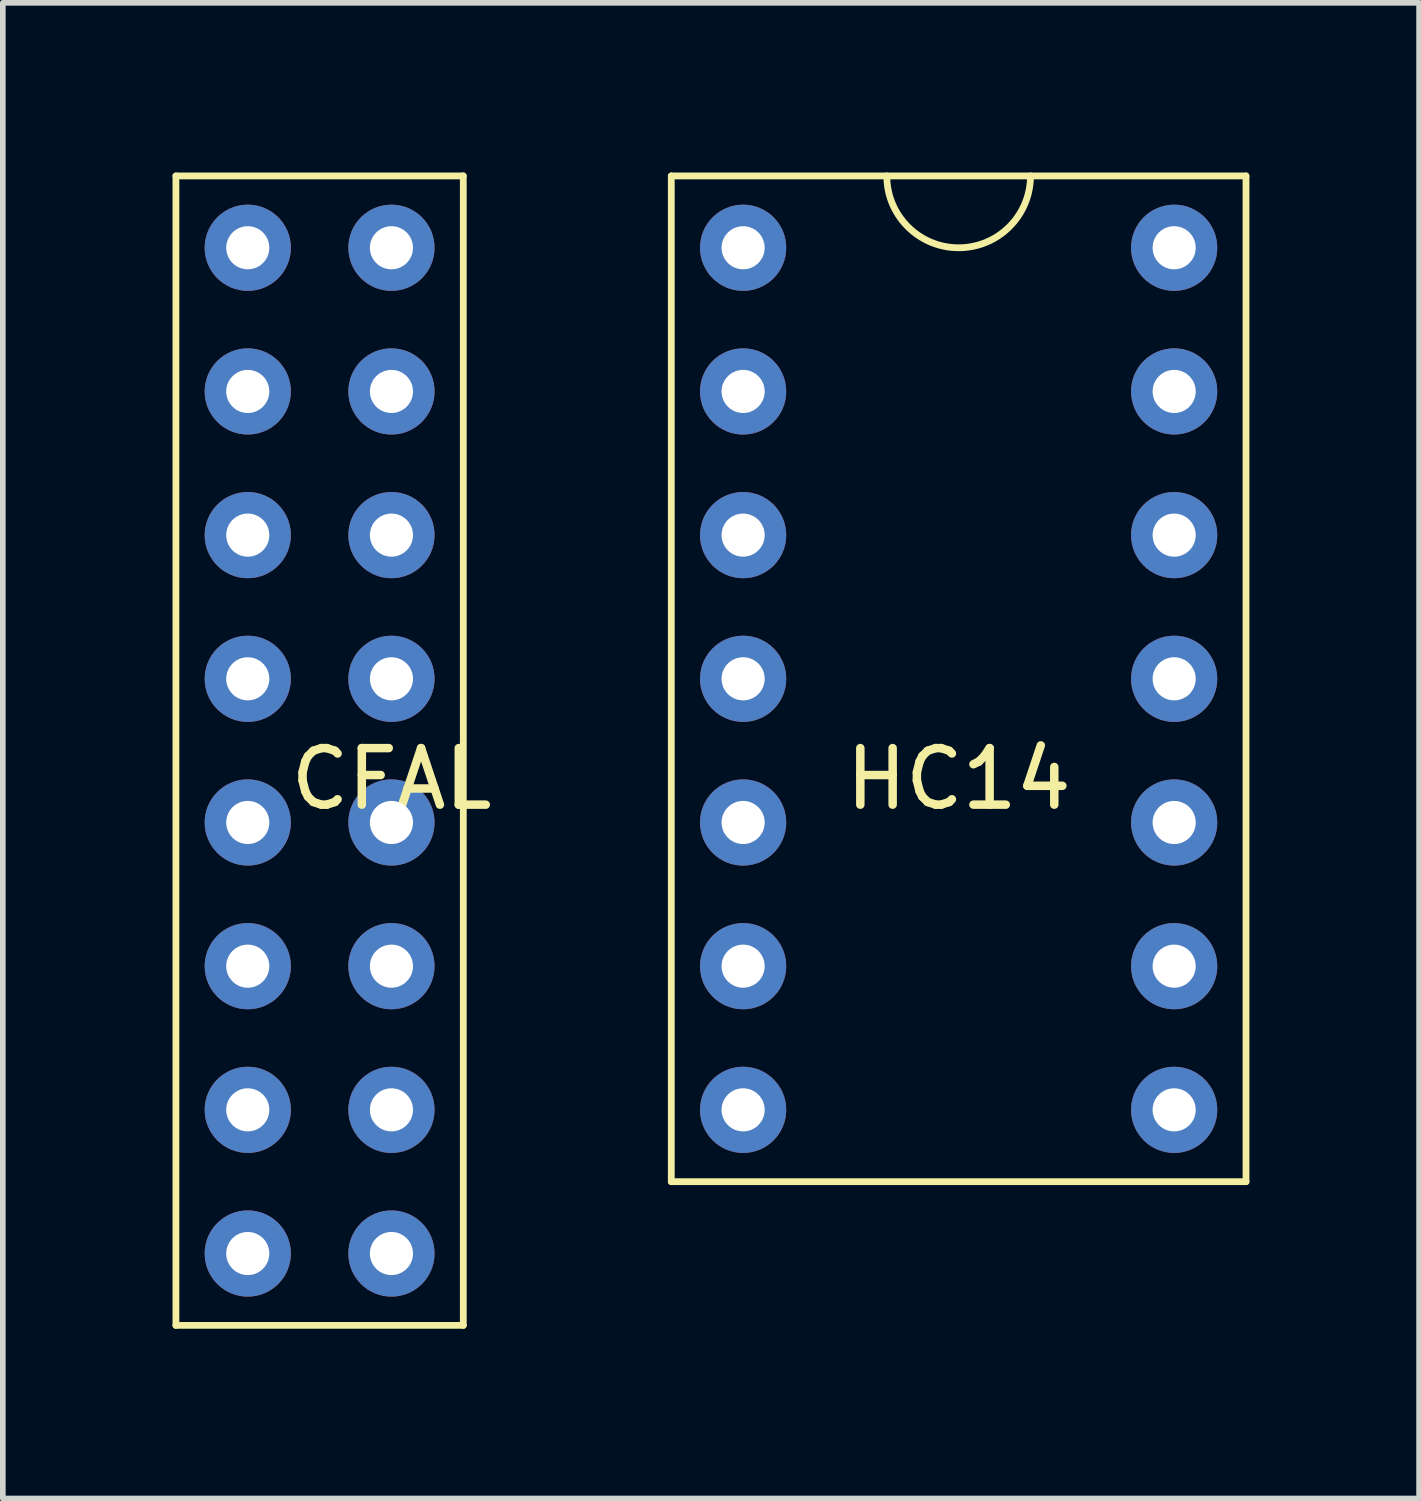
<source format=kicad_pcb>
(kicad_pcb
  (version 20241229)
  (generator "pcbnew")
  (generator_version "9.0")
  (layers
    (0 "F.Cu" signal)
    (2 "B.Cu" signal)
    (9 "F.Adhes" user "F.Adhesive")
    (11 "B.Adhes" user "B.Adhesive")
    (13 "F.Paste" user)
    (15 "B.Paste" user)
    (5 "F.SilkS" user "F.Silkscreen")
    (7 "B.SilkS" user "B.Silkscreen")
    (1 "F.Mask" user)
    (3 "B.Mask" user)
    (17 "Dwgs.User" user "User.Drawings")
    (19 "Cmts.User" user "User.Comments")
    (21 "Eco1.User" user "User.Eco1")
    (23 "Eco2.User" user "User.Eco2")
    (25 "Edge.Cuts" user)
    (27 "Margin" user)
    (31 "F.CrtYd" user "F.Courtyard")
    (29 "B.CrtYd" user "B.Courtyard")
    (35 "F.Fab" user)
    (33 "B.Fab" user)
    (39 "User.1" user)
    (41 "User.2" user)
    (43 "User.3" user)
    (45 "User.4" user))
  (footprint "CFAL"
    (layer "F.Cu")
    (at 2.6 10.22)
    (property "Reference" "CFAL" (at 1.27 0.5 0) (layer "F.SilkS") (effects (font (size 1 1) (thickness 0.15))))
    (attr through_hole)
    (fp_line (start -2.54 -10.16) (end 2.54 -10.16) (stroke (width 0.12) (type solid)) (layer "F.SilkS"))
    (fp_line (start -2.54 10.16) (end -2.54 -10.16) (stroke (width 0.12) (type solid)) (layer "F.SilkS"))
    (fp_line (start 2.54 -10.16) (end 2.54 10.16) (stroke (width 0.12) (type solid)) (layer "F.SilkS"))
    (fp_line (start 2.54 10.16) (end -2.54 10.16) (stroke (width 0.12) (type solid)) (layer "F.SilkS"))
    (pad "1" thru_hole circle (at -1.27 8.89) (size 1.524 1.524) (drill 0.762) (layers "*.Cu" "*.Mask"))
    (pad "2" thru_hole circle (at -1.27 6.35) (size 1.524 1.524) (drill 0.762) (layers "*.Cu" "*.Mask"))
    (pad "3" thru_hole circle (at -1.27 3.81) (size 1.524 1.524) (drill 0.762) (layers "*.Cu" "*.Mask"))
    (pad "4" thru_hole circle (at -1.27 1.27) (size 1.524 1.524) (drill 0.762) (layers "*.Cu" "*.Mask"))
    (pad "5" thru_hole circle (at -1.27 -1.27) (size 1.524 1.524) (drill 0.762) (layers "*.Cu" "*.Mask"))
    (pad "6" thru_hole circle (at -1.27 -3.81) (size 1.524 1.524) (drill 0.762) (layers "*.Cu" "*.Mask"))
    (pad "7" thru_hole circle (at -1.27 -6.35) (size 1.524 1.524) (drill 0.762) (layers "*.Cu" "*.Mask"))
    (pad "8" thru_hole circle (at -1.27 -8.89) (size 1.524 1.524) (drill 0.762) (layers "*.Cu" "*.Mask"))
    (pad "9" thru_hole circle (at 1.27 -8.89) (size 1.524 1.524) (drill 0.762) (layers "*.Cu" "*.Mask"))
    (pad "10" thru_hole circle (at 1.27 -6.35) (size 1.524 1.524) (drill 0.762) (layers "*.Cu" "*.Mask"))
    (pad "11" thru_hole circle (at 1.27 -3.81) (size 1.524 1.524) (drill 0.762) (layers "*.Cu" "*.Mask"))
    (pad "12" thru_hole circle (at 1.27 -1.27) (size 1.524 1.524) (drill 0.762) (layers "*.Cu" "*.Mask"))
    (pad "13" thru_hole circle (at 1.27 1.27) (size 1.524 1.524) (drill 0.762) (layers "*.Cu" "*.Mask"))
    (pad "14" thru_hole circle (at 1.27 3.81) (size 1.524 1.524) (drill 0.762) (layers "*.Cu" "*.Mask"))
    (pad "15" thru_hole circle (at 1.27 6.35) (size 1.524 1.524) (drill 0.762) (layers "*.Cu" "*.Mask"))
    (pad "16" thru_hole circle (at 1.27 8.89) (size 1.524 1.524) (drill 0.762) (layers "*.Cu" "*.Mask")))
  (footprint "HC14"
    (layer "F.Cu")
    (at 13.897 10.22)
    (property "Reference" "HC14" (at 0 0.5 0) (layer "F.SilkS") (effects (font (size 1 1) (thickness 0.15))))
    (attr through_hole)
    (fp_line (start -5.08 -10.16) (end -5.08 7.62) (stroke (width 0.12) (type solid)) (layer "F.SilkS"))
    (fp_line (start -5.08 7.62) (end 5.08 7.62) (stroke (width 0.12) (type solid)) (layer "F.SilkS"))
    (fp_line (start 5.08 -10.16) (end -5.08 -10.16) (stroke (width 0.12) (type solid)) (layer "F.SilkS"))
    (fp_line (start 5.08 7.62) (end 5.08 -10.16) (stroke (width 0.12) (type solid)) (layer "F.SilkS"))
    (fp_arc (start 1.27 -10.16) (mid 0 -8.89) (end -1.27 -10.16) (stroke (width 0.12) (type solid)) (layer "F.SilkS"))
    (pad "1" thru_hole circle (at -3.81 -8.89) (size 1.524 1.524) (drill 0.762) (layers "*.Cu" "*.Mask"))
    (pad "2" thru_hole circle (at 3.81 -8.89) (size 1.524 1.524) (drill 0.762) (layers "*.Cu" "*.Mask"))
    (pad "3" thru_hole circle (at -3.81 -6.35) (size 1.524 1.524) (drill 0.762) (layers "*.Cu" "*.Mask"))
    (pad "4" thru_hole circle (at 3.81 -6.35) (size 1.524 1.524) (drill 0.762) (layers "*.Cu" "*.Mask"))
    (pad "5" thru_hole circle (at -3.81 -3.81) (size 1.524 1.524) (drill 0.762) (layers "*.Cu" "*.Mask"))
    (pad "6" thru_hole circle (at 3.81 -3.81) (size 1.524 1.524) (drill 0.762) (layers "*.Cu" "*.Mask"))
    (pad "7" thru_hole circle (at -3.81 -1.27) (size 1.524 1.524) (drill 0.762) (layers "*.Cu" "*.Mask"))
    (pad "8" thru_hole circle (at 3.81 -1.27) (size 1.524 1.524) (drill 0.762) (layers "*.Cu" "*.Mask"))
    (pad "9" thru_hole circle (at -3.81 1.27) (size 1.524 1.524) (drill 0.762) (layers "*.Cu" "*.Mask"))
    (pad "10" thru_hole circle (at 3.81 1.27) (size 1.524 1.524) (drill 0.762) (layers "*.Cu" "*.Mask"))
    (pad "11" thru_hole circle (at -3.81 3.81) (size 1.524 1.524) (drill 0.762) (layers "*.Cu" "*.Mask"))
    (pad "12" thru_hole circle (at 3.81 3.81) (size 1.524 1.524) (drill 0.762) (layers "*.Cu" "*.Mask"))
    (pad "13" thru_hole circle (at -3.81 6.35) (size 1.524 1.524) (drill 0.762) (layers "*.Cu" "*.Mask"))
    (pad "14" thru_hole circle (at 3.81 6.35) (size 1.524 1.524) (drill 0.762) (layers "*.Cu" "*.Mask")))
  (gr_rect
    (start -3 -3)
    (end 22.037 23.44)
    (stroke (width 0.1) (type default))
    (fill no)
    (layer "Edge.Cuts")))
</source>
